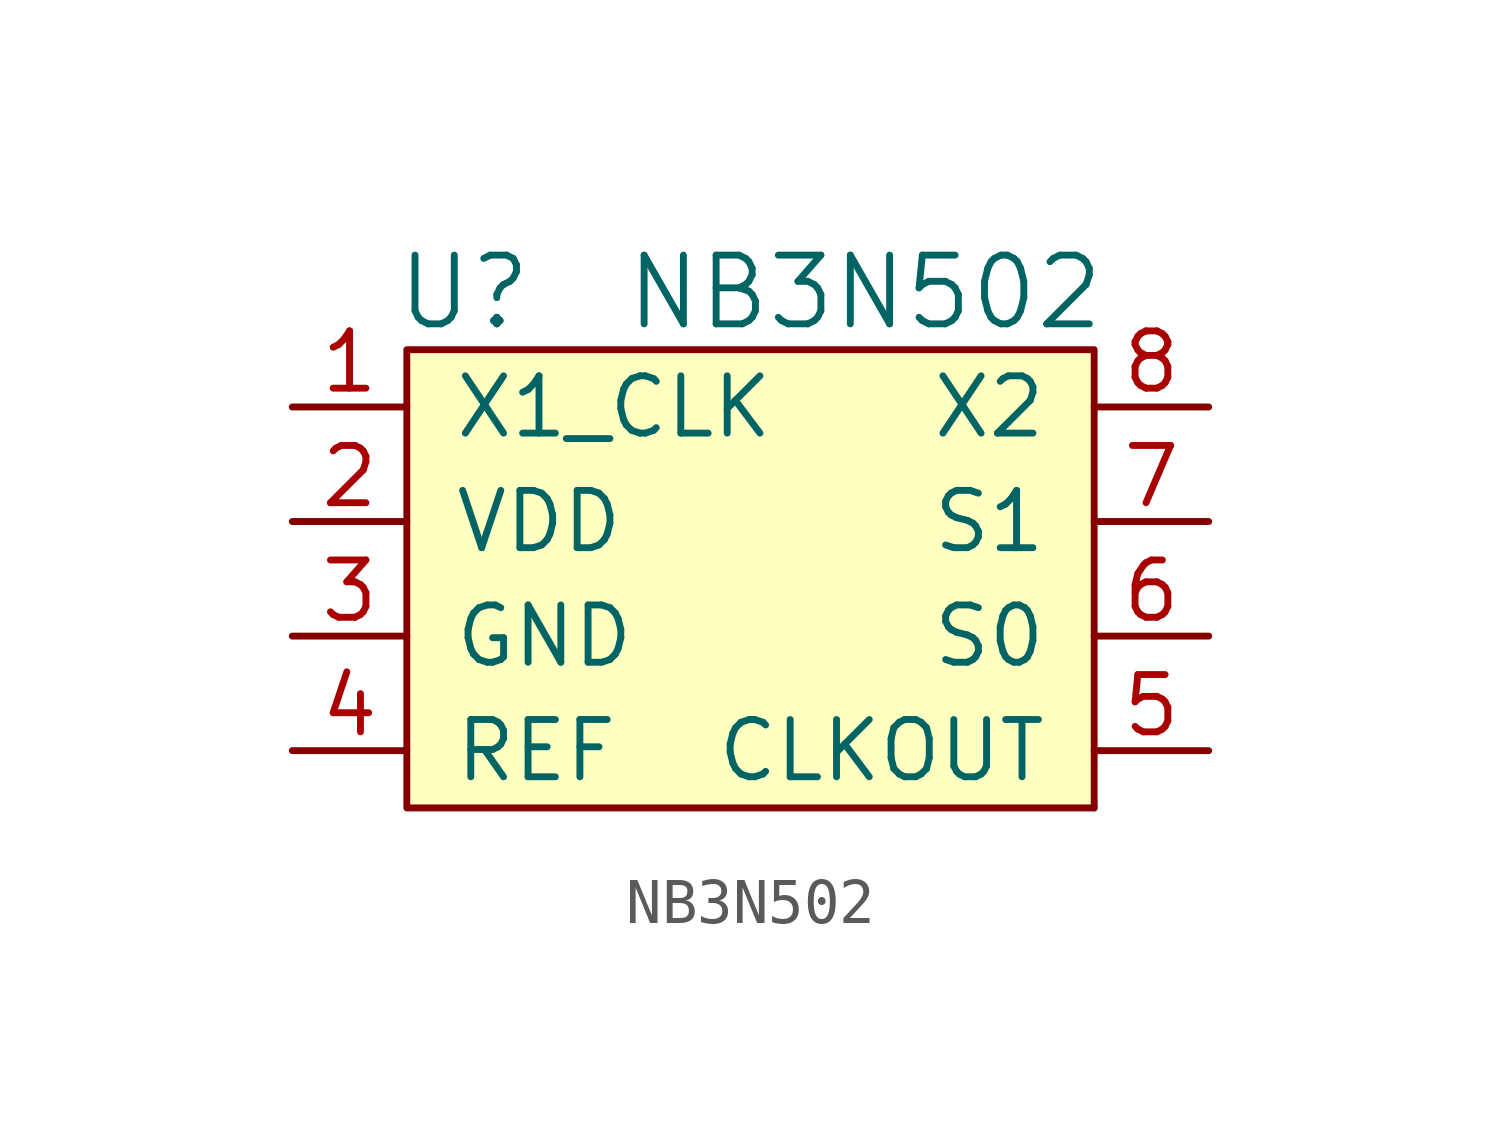
<source format=kicad_sym>
(kicad_symbol_lib
  (version 20211014)
  (generator kicad_symbol_editor)
  (symbol "NB3N502"
    (pin_names
      (offset 1.016))
    (property "Reference" "U"
      (at -6.35 6.35 0)
      (effects (font (size 1.524 1.524))))
    (property "Value" "NB3N502"
      (at 2.54 6.35 0)
      (effects (font (size 1.524 1.524))))
    (symbol "NB3N502_0_1"
      (rectangle (start -7.62 5.08) (end 7.62 -5.08) (stroke (width 0) (type default) (color 0 0 0 0)) (fill (type background)))
      (rectangle (start 7.62 -5.08) (end 7.62 -5.08) (stroke (width 0) (type default) (color 0 0 0 0)) (fill (type none))))
    (symbol "NB3N502_1_1"
      (pin input line (at -10.16 3.81 0) (length 2.54) (name "X1_CLK" (effects (font (size 1.27 1.27)))) (number "1" (effects (font (size 1.27 1.27)))))
      (pin power_in line (at -10.16 1.27 0) (length 2.54) (name "VDD" (effects (font (size 1.27 1.27)))) (number "2" (effects (font (size 1.27 1.27)))))
      (pin power_in line (at -10.16 -1.27 0) (length 2.54) (name "GND" (effects (font (size 1.27 1.27)))) (number "3" (effects (font (size 1.27 1.27)))))
      (pin output line (at -10.16 -3.81 0) (length 2.54) (name "REF" (effects (font (size 1.27 1.27)))) (number "4" (effects (font (size 1.27 1.27)))))
      (pin output line (at 10.16 -3.81 180) (length 2.54) (name "CLKOUT" (effects (font (size 1.27 1.27)))) (number "5" (effects (font (size 1.27 1.27)))))
      (pin input line (at 10.16 -1.27 180) (length 2.54) (name "S0" (effects (font (size 1.27 1.27)))) (number "6" (effects (font (size 1.27 1.27)))))
      (pin input line (at 10.16 1.27 180) (length 2.54) (name "S1" (effects (font (size 1.27 1.27)))) (number "7" (effects (font (size 1.27 1.27)))))
      (pin output line (at 10.16 3.81 180) (length 2.54) (name "X2" (effects (font (size 1.27 1.27)))) (number "8" (effects (font (size 1.27 1.27))))))))
</source>
